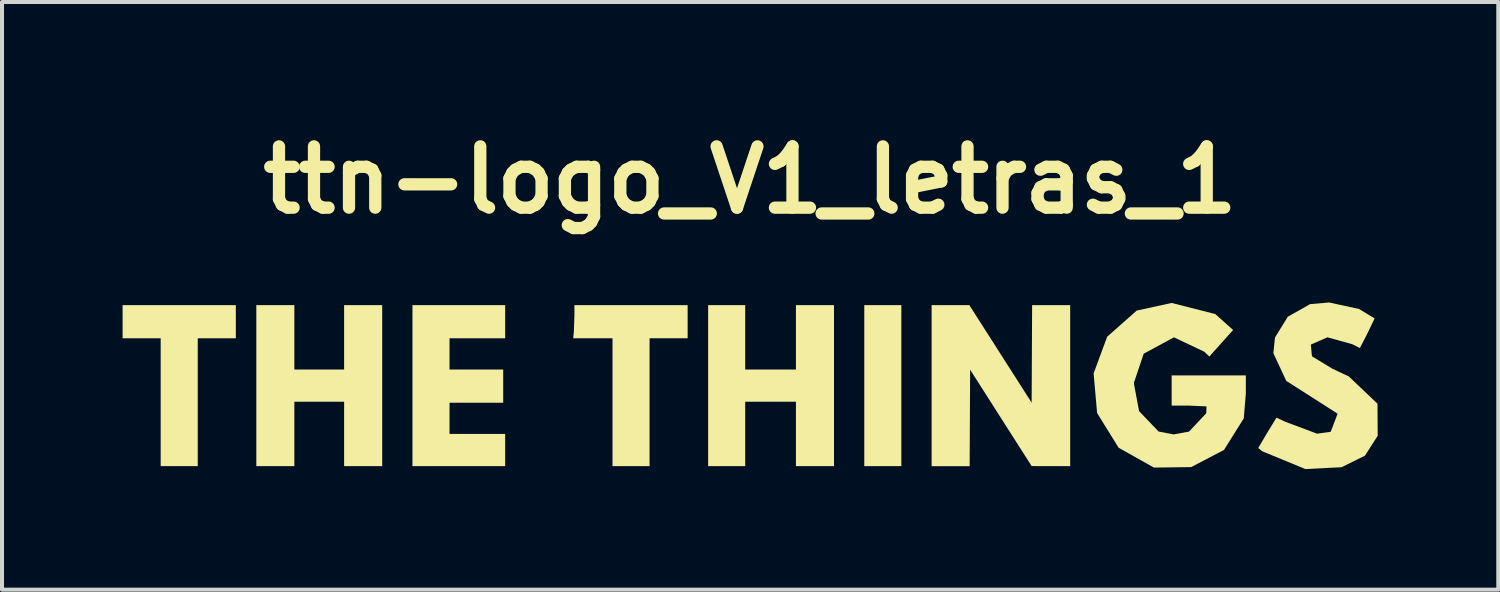
<source format=kicad_pcb>
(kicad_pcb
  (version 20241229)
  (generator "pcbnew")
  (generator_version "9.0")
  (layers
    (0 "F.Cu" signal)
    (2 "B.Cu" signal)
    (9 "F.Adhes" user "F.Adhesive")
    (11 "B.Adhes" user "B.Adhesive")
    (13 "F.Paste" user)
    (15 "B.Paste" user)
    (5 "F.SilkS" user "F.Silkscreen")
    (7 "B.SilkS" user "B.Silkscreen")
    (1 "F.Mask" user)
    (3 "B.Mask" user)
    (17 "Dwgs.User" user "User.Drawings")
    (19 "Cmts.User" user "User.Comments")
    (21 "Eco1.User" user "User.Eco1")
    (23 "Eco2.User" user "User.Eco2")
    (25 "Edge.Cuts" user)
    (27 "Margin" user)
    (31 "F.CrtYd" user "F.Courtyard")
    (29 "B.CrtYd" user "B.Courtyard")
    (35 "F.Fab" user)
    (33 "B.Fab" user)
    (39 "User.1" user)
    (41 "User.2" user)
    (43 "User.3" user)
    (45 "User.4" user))
  (footprint "ttn-logo_V1_letras_1"
    (layer "F.Cu")
    (at 15.61 6.546)
    (property "Reference" "ttn-logo_V1_letras_1" (at 0 -5.12 0) (layer "F.SilkS") (effects (font (size 1.524 1.524) (thickness 0.305))))
    (attr smd)
    (fp_poly (pts (xy 13.811 2.072) (xy 11.787 1.596) (xy 10.971 2.023) (xy 10.043 2.035) (xy 10.043 2.035) (xy 9.165 1.541) (xy 8.63 0.677) (xy 8.544 -0.308) (xy 8.881 -1.221) (xy 9.617 -1.871) (xy 10.485 -2.06) (xy 11.569 -1.784) (xy 12.014 -1.387) (xy 11.421 -0.727) (xy 11.298 -0.846) (xy 10.542 -1.205) (xy 9.789 -0.797) (xy 9.544 -0.067) (xy 9.674 0.631) (xy 10.161 1.139) (xy 10.534 1.21) (xy 10.917 1.14) (xy 11.346 0.683) (xy 11.351 0.513) (xy 10.934 0.494) (xy 10.485 0.494) (xy 10.485 0.118) (xy 10.485 -0.258) (xy 11.408 -0.258) (xy 12.33 -0.258) (xy 12.33 0.199) (xy 12.279 0.811) (xy 11.787 1.596) (xy 13.811 2.072) (xy -13.741 1.999) (xy -14.202 1.999) (xy -14.663 1.999) (xy -14.663 0.409) (xy -14.663 -1.181) (xy -15.137 -1.181) (xy -15.61 -1.181) (xy -15.61 -1.593) (xy -15.61 -2.006) (xy -14.202 -2.006) (xy -12.794 -2.006) (xy -12.794 -1.593) (xy -12.794 -1.181) (xy -13.267 -1.181) (xy -13.741 -1.181) (xy -13.741 0.409) (xy -13.741 1.999) (xy 13.811 2.072) (xy -9.153 1.999) (xy -9.626 1.999) (xy -10.1 1.999) (xy -10.1 1.198) (xy -10.1 0.397) (xy -10.719 0.397) (xy -11.338 0.397) (xy -11.338 1.198) (xy -11.338 1.999) (xy -11.811 1.999) (xy -12.284 1.999) (xy -12.284 -0.003) (xy -12.284 -2.006) (xy -11.811 -2.006) (xy -11.338 -2.006) (xy -11.338 -1.205) (xy -11.338 -0.404) (xy -10.719 -0.404) (xy -10.1 -0.404) (xy -10.1 -1.205) (xy -10.1 -2.006) (xy -9.626 -2.006) (xy -9.153 -2.006) (xy -9.153 -0.003) (xy -9.153 1.999) (xy 13.811 2.072) (xy -6.094 1.999) (xy -7.247 1.999) (xy -8.4 1.999) (xy -8.4 -0.003) (xy -8.4 -2.006) (xy -7.247 -2.006) (xy -6.094 -2.006) (xy -6.094 -1.593) (xy -6.094 -1.181) (xy -6.786 -1.181) (xy -7.478 -1.181) (xy -7.478 -0.792) (xy -7.478 -0.404) (xy -6.81 -0.404) (xy -6.143 -0.404) (xy -6.143 0.009) (xy -6.143 0.422) (xy -6.81 0.422) (xy -7.478 0.422) (xy -7.478 0.81) (xy -7.478 1.198) (xy -6.786 1.198) (xy -6.094 1.198) (xy -6.094 1.599) (xy -6.094 1.999) (xy 13.811 2.072) (xy -2.502 1.999) (xy -2.963 1.999) (xy -3.424 1.999) (xy -3.424 0.409) (xy -3.424 -1.181) (xy -3.913 -1.181) (xy -4.402 -1.181) (xy -4.386 -1.33) (xy -4.371 -1.742) (xy -4.371 -2.006) (xy -2.963 -2.006) (xy -1.555 -2.006) (xy -1.555 -1.593) (xy -1.555 -1.181) (xy -2.028 -1.181) (xy -2.502 -1.181) (xy -2.502 0.409) (xy -2.502 1.999) (xy 13.811 2.072) (xy 2.086 1.999) (xy 1.613 1.999) (xy 1.139 1.999) (xy 1.139 1.198) (xy 1.139 0.397) (xy 0.508 0.397) (xy -0.123 0.397) (xy -0.123 1.198) (xy -0.123 1.999) (xy -0.584 1.999) (xy -1.045 1.999) (xy -1.045 -0.003) (xy -1.045 -2.006) (xy -0.584 -2.006) (xy -0.123 -2.006) (xy -0.123 -1.205) (xy -0.123 -0.404) (xy 0.508 -0.404) (xy 1.139 -0.404) (xy 1.139 -1.205) (xy 1.139 -2.006) (xy 1.613 -2.006) (xy 2.086 -2.006) (xy 2.086 -0.003) (xy 2.086 1.999) (xy 13.811 2.072) (xy 3.761 1.999) (xy 3.3 1.999) (xy 2.839 1.999) (xy 2.839 -0.003) (xy 2.839 -2.006) (xy 3.3 -2.006) (xy 3.761 -2.006) (xy 3.761 -0.003) (xy 3.761 1.999) (xy 13.811 2.072) (xy 5.46 2) (xy 4.987 2) (xy 4.514 2) (xy 4.514 -0.003) (xy 4.514 -0.003) (xy 4.514 -2.006) (xy 4.983 -2.006) (xy 5.452 -2.006) (xy 6.227 -0.793) (xy 7.002 0.42) (xy 7.008 -0.793) (xy 7.014 -2.006) (xy 7.487 -2.006) (xy 7.961 -2.006) (xy 7.961 -0.003) (xy 7.961 1.999) (xy 7.481 1.999) (xy 7.002 1.998) (xy 6.237 0.799) (xy 5.472 -0.4) (xy 5.466 0.8) (xy 5.46 2) (xy 13.811 2.072) (xy 12.733 1.627) (xy 12.639 1.548) (xy 12.852 1.185) (xy 13.092 0.793) (xy 13.313 0.896) (xy 14.102 1.192) (xy 14.442 1.145) (xy 14.613 0.695) (xy 13.935 0.261) (xy 13.336 -0.121) (xy 13.015 -0.809) (xy 13.055 -1.2) (xy 13.374 -1.717) (xy 13.929 -2.031) (xy 14.402 -2.072) (xy 15.145 -1.91) (xy 15.534 -1.676) (xy 15.351 -1.294) (xy 15.167 -0.939) (xy 14.98 -1.033) (xy 14.36 -1.205) (xy 13.947 -1.024) (xy 13.975 -0.733) (xy 14.478 -0.427) (xy 14.892 -0.232) (xy 15.605 0.446) (xy 15.61 1.244) (xy 15.293 1.739) (xy 14.712 2.026) (xy 13.811 2.072) (xy 13.811 2.072)) (stroke (width 0) (type solid)) (fill yes) (layer "F.SilkS")))
  (gr_rect
    (start -3 -3)
    (end 34.22 11.618)
    (stroke (width 0.1) (type default))
    (fill no)
    (layer "Edge.Cuts")))
</source>
